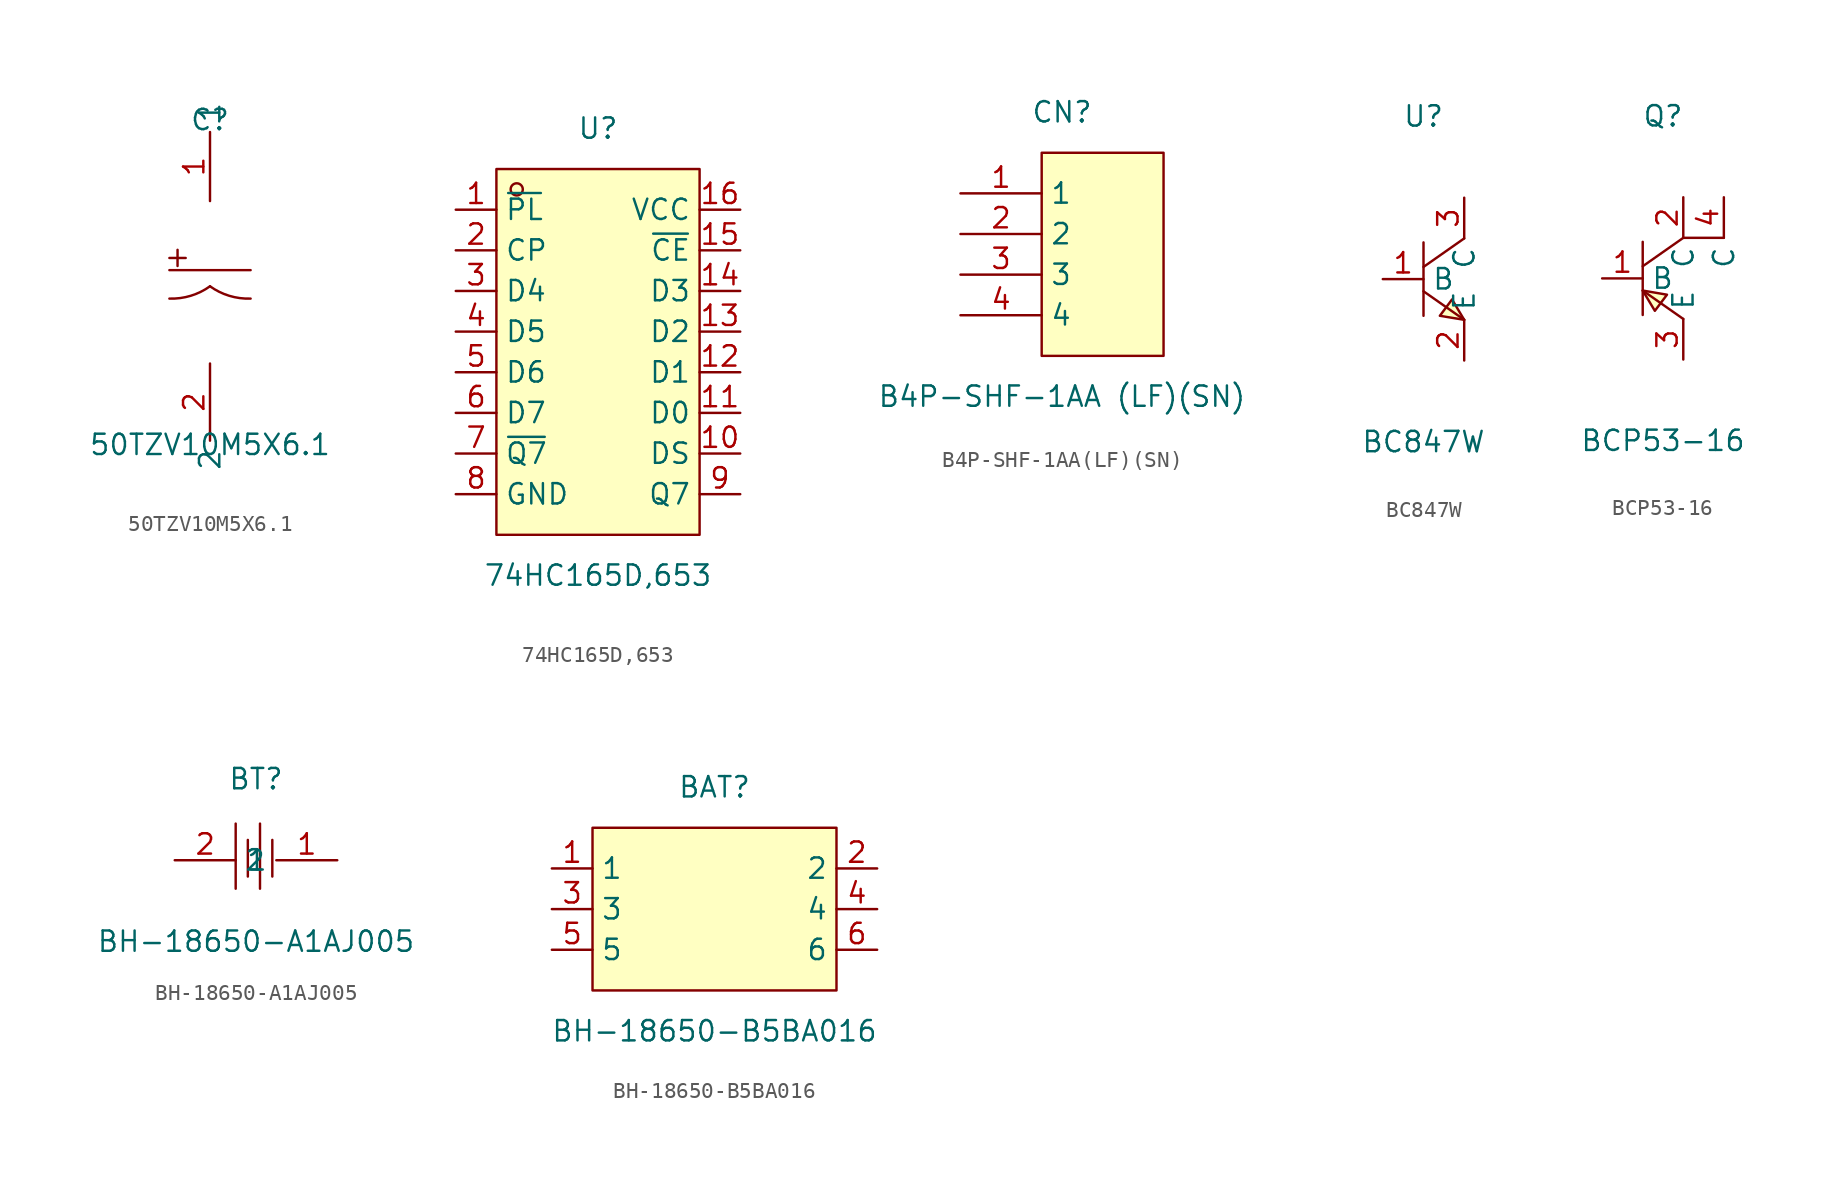
<source format=kicad_sym>
(kicad_symbol_lib
  (version 20211014)
  (generator https://github.com/uPesy/easyeda2kicad.py)
  (symbol "50TZV10M5X6.1"
    (property "Reference" "C"
      (at 0 10.16 0)
      (effects (font (size 1.27 1.27))))
    (property "Value" "50TZV10M5X6.1"
      (at 0 -10.16 0)
      (effects (font (size 1.27 1.27))))
    (symbol "50TZV10M5X6.1_0_1"
      (rectangle (start -2.54 1.52) (end -1.52 1.52) (stroke (width 0) (type default) (color 0 0 0 0)) (fill (type background)))
      (rectangle (start -2.03 2.03) (end -2.03 1.02) (stroke (width 0) (type default) (color 0 0 0 0)) (fill (type background)))
      (arc (start 0.00 -0.25) (mid 4.23 -4.70) (end 2.54 -1.02) (stroke (width 0) (type default) (color 0 0 0 0)) (fill (type none)))
      (arc (start -2.54 -1.02) (mid 3.94 -3.72) (end 0.00 -0.25) (stroke (width 0) (type default) (color 0 0 0 0)) (fill (type none)))
      (polyline (pts (xy -2.54 0.76) (xy 2.54 0.76)) (stroke (width 0) (type default) (color 0 0 0 0)) (fill (type none)))
      (pin unspecified line (at 0.00 5.08 90) (length 4.318) (name "1" (effects (font (size 1.27 1.27)))) (number "1" (effects (font (size 1.27 1.27)))))
      (pin unspecified line (at 0.00 -5.08 270) (length 4.826) (name "2" (effects (font (size 1.27 1.27)))) (number "2" (effects (font (size 1.27 1.27)))))))
  (symbol "74HC165D,653"
    (property "Reference" "U"
      (at 0 13.97 0)
      (effects (font (size 1.27 1.27))))
    (property "Value" "74HC165D,653"
      (at 0 -13.97 0)
      (effects (font (size 1.27 1.27))))
    (symbol "74HC165D,653_0_1"
      (rectangle (start -6.35 11.43) (end 6.35 -11.43) (stroke (width 0) (type default) (color 0 0 0 0)) (fill (type background)))
      (circle (center -5.08 10.16) (radius 0.38) (stroke (width 0) (type default) (color 0 0 0 0)) (fill (type none)))
      (pin unspecified line (at -8.89 8.89 0) (length 2.54) (name "~{PL}" (effects (font (size 1.27 1.27)))) (number "1" (effects (font (size 1.27 1.27)))))
      (pin unspecified line (at -8.89 6.35 0) (length 2.54) (name "CP" (effects (font (size 1.27 1.27)))) (number "2" (effects (font (size 1.27 1.27)))))
      (pin unspecified line (at -8.89 3.81 0) (length 2.54) (name "D4" (effects (font (size 1.27 1.27)))) (number "3" (effects (font (size 1.27 1.27)))))
      (pin unspecified line (at -8.89 1.27 0) (length 2.54) (name "D5" (effects (font (size 1.27 1.27)))) (number "4" (effects (font (size 1.27 1.27)))))
      (pin unspecified line (at -8.89 -1.27 0) (length 2.54) (name "D6" (effects (font (size 1.27 1.27)))) (number "5" (effects (font (size 1.27 1.27)))))
      (pin unspecified line (at -8.89 -3.81 0) (length 2.54) (name "D7" (effects (font (size 1.27 1.27)))) (number "6" (effects (font (size 1.27 1.27)))))
      (pin unspecified line (at -8.89 -6.35 0) (length 2.54) (name "~{Q7}" (effects (font (size 1.27 1.27)))) (number "7" (effects (font (size 1.27 1.27)))))
      (pin unspecified line (at -8.89 -8.89 0) (length 2.54) (name "GND" (effects (font (size 1.27 1.27)))) (number "8" (effects (font (size 1.27 1.27)))))
      (pin unspecified line (at 8.89 -8.89 180) (length 2.54) (name "Q7" (effects (font (size 1.27 1.27)))) (number "9" (effects (font (size 1.27 1.27)))))
      (pin unspecified line (at 8.89 -6.35 180) (length 2.54) (name "DS" (effects (font (size 1.27 1.27)))) (number "10" (effects (font (size 1.27 1.27)))))
      (pin unspecified line (at 8.89 -3.81 180) (length 2.54) (name "D0" (effects (font (size 1.27 1.27)))) (number "11" (effects (font (size 1.27 1.27)))))
      (pin unspecified line (at 8.89 -1.27 180) (length 2.54) (name "D1" (effects (font (size 1.27 1.27)))) (number "12" (effects (font (size 1.27 1.27)))))
      (pin unspecified line (at 8.89 1.27 180) (length 2.54) (name "D2" (effects (font (size 1.27 1.27)))) (number "13" (effects (font (size 1.27 1.27)))))
      (pin unspecified line (at 8.89 3.81 180) (length 2.54) (name "D3" (effects (font (size 1.27 1.27)))) (number "14" (effects (font (size 1.27 1.27)))))
      (pin unspecified line (at 8.89 6.35 180) (length 2.54) (name "~{CE}" (effects (font (size 1.27 1.27)))) (number "15" (effects (font (size 1.27 1.27)))))
      (pin unspecified line (at 8.89 8.89 180) (length 2.54) (name "VCC" (effects (font (size 1.27 1.27)))) (number "16" (effects (font (size 1.27 1.27)))))))
  (symbol "B4P-SHF-1AA(LF)(SN)"
    (property "Reference" "CN"
      (at 0 8.89 0)
      (effects (font (size 1.27 1.27))))
    (property "Value" "B4P-SHF-1AA (LF)(SN)"
      (at 0 -8.89 0)
      (effects (font (size 1.27 1.27))))
    (symbol "B4P-SHF-1AA(LF)(SN)_0_1"
      (rectangle (start -1.27 6.35) (end 6.35 -6.35) (stroke (width 0) (type default) (color 0 0 0 0)) (fill (type background)))
      (pin unspecified line (at -6.35 3.81 0) (length 5.08) (name "1" (effects (font (size 1.27 1.27)))) (number "1" (effects (font (size 1.27 1.27)))))
      (pin unspecified line (at -6.35 -1.27 0) (length 5.08) (name "3" (effects (font (size 1.27 1.27)))) (number "3" (effects (font (size 1.27 1.27)))))
      (pin unspecified line (at -6.35 1.27 0) (length 5.08) (name "2" (effects (font (size 1.27 1.27)))) (number "2" (effects (font (size 1.27 1.27)))))
      (pin unspecified line (at -6.35 -3.81 0) (length 5.08) (name "4" (effects (font (size 1.27 1.27)))) (number "4" (effects (font (size 1.27 1.27)))))))
  (symbol "BC847W"
    (property "Reference" "U"
      (at 0 10.16 0)
      (effects (font (size 1.27 1.27))))
    (property "Value" "BC847W"
      (at 0 -10.16 0)
      (effects (font (size 1.27 1.27))))
    (symbol "BC847W_0_1"
      (polyline (pts (xy 0.00 2.29) (xy 0.00 -2.29)) (stroke (width 0) (type default) (color 0 0 0 0)) (fill (type none)))
      (polyline (pts (xy 0.00 -0.76) (xy 2.54 -2.54)) (stroke (width 0) (type default) (color 0 0 0 0)) (fill (type none)))
      (polyline (pts (xy 2.54 2.54) (xy 2.54 2.54) (xy 0.00 0.76)) (stroke (width 0) (type default) (color 0 0 0 0)) (fill (type none)))
      (polyline (pts (xy 2.54 -2.54) (xy 1.78 -1.27) (xy 1.02 -2.29) (xy 2.54 -2.54)) (stroke (width 0) (type default) (color 0 0 0 0)) (fill (type background)))
      (pin input line (at 2.54 -5.08 90) (length 2.54) (name "E" (effects (font (size 1.27 1.27)))) (number "2" (effects (font (size 1.27 1.27)))))
      (pin input line (at 2.54 5.08 270) (length 2.54) (name "C" (effects (font (size 1.27 1.27)))) (number "3" (effects (font (size 1.27 1.27)))))
      (pin input line (at -2.54 -0.00 0) (length 2.54) (name "B" (effects (font (size 1.27 1.27)))) (number "1" (effects (font (size 1.27 1.27)))))))
  (symbol "BCP53-16"
    (property "Reference" "Q"
      (at 0 10.16 0)
      (effects (font (size 1.27 1.27))))
    (property "Value" "BCP53-16"
      (at 0 -10.16 0)
      (effects (font (size 1.27 1.27))))
    (symbol "BCP53-16_0_1"
      (polyline (pts (xy 1.27 2.54) (xy -1.27 0.76)) (stroke (width 0) (type default) (color 0 0 0 0)) (fill (type none)))
      (polyline (pts (xy -1.27 -0.76) (xy 1.27 -2.54)) (stroke (width 0) (type default) (color 0 0 0 0)) (fill (type none)))
      (polyline (pts (xy -1.27 2.29) (xy -1.27 -2.29)) (stroke (width 0) (type default) (color 0 0 0 0)) (fill (type none)))
      (polyline (pts (xy 1.27 2.54) (xy 3.81 2.54)) (stroke (width 0) (type default) (color 0 0 0 0)) (fill (type none)))
      (polyline (pts (xy -1.27 -0.76) (xy -0.51 -2.03) (xy 0.25 -1.02) (xy -1.27 -0.76)) (stroke (width 0) (type default) (color 0 0 0 0)) (fill (type background)))
      (pin unspecified line (at 1.27 5.08 270) (length 2.54) (name "C" (effects (font (size 1.27 1.27)))) (number "2" (effects (font (size 1.27 1.27)))))
      (pin unspecified line (at -3.81 -0.00 0) (length 2.54) (name "B" (effects (font (size 1.27 1.27)))) (number "1" (effects (font (size 1.27 1.27)))))
      (pin unspecified line (at 1.27 -5.08 90) (length 2.54) (name "E" (effects (font (size 1.27 1.27)))) (number "3" (effects (font (size 1.27 1.27)))))
      (pin unspecified line (at 3.81 5.08 270) (length 2.54) (name "C" (effects (font (size 1.27 1.27)))) (number "4" (effects (font (size 1.27 1.27)))))))
  (symbol "BH-18650-A1AJ005"
    (property "Reference" "BT"
      (at 0 5.08 0)
      (effects (font (size 1.27 1.27))))
    (property "Value" "BH-18650-A1AJ005"
      (at 0 -5.08 0)
      (effects (font (size 1.27 1.27))))
    (symbol "BH-18650-A1AJ005_0_1"
      (polyline (pts (xy -1.27 2.29) (xy -1.27 -1.78)) (stroke (width 0) (type default) (color 0 0 0 0)) (fill (type none)))
      (polyline (pts (xy -0.51 1.27) (xy -0.51 -1.02)) (stroke (width 0) (type default) (color 0 0 0 0)) (fill (type none)))
      (polyline (pts (xy 0.25 2.29) (xy 0.25 -1.78)) (stroke (width 0) (type default) (color 0 0 0 0)) (fill (type none)))
      (polyline (pts (xy 1.02 1.27) (xy 1.02 -1.02)) (stroke (width 0) (type default) (color 0 0 0 0)) (fill (type none)))
      (pin input line (at 5.08 -0.00 180) (length 3.81) (name "1" (effects (font (size 1.27 1.27)))) (number "1" (effects (font (size 1.27 1.27)))))
      (pin input line (at -5.08 -0.00 0) (length 3.81) (name "2" (effects (font (size 1.27 1.27)))) (number "2" (effects (font (size 1.27 1.27)))))))
  (symbol "BH-18650-B5BA016"
    (property "Reference" "BAT"
      (at 0 7.62 0)
      (effects (font (size 1.27 1.27))))
    (property "Value" "BH-18650-B5BA016"
      (at 0 -7.62 0)
      (effects (font (size 1.27 1.27))))
    (symbol "BH-18650-B5BA016_0_1"
      (rectangle (start -7.62 5.08) (end 7.62 -5.08) (stroke (width 0) (type default) (color 0 0 0 0)) (fill (type background)))
      (pin unspecified line (at -10.16 2.54 0) (length 2.54) (name "1" (effects (font (size 1.27 1.27)))) (number "1" (effects (font (size 1.27 1.27)))))
      (pin unspecified line (at 10.16 -2.54 180) (length 2.54) (name "6" (effects (font (size 1.27 1.27)))) (number "6" (effects (font (size 1.27 1.27)))))
      (pin unspecified line (at -10.16 -0.00 0) (length 2.54) (name "3" (effects (font (size 1.27 1.27)))) (number "3" (effects (font (size 1.27 1.27)))))
      (pin unspecified line (at 10.16 -0.00 180) (length 2.54) (name "4" (effects (font (size 1.27 1.27)))) (number "4" (effects (font (size 1.27 1.27)))))
      (pin unspecified line (at -10.16 -2.54 0) (length 2.54) (name "5" (effects (font (size 1.27 1.27)))) (number "5" (effects (font (size 1.27 1.27)))))
      (pin unspecified line (at 10.16 2.54 180) (length 2.54) (name "2" (effects (font (size 1.27 1.27)))) (number "2" (effects (font (size 1.27 1.27))))))))
</source>
